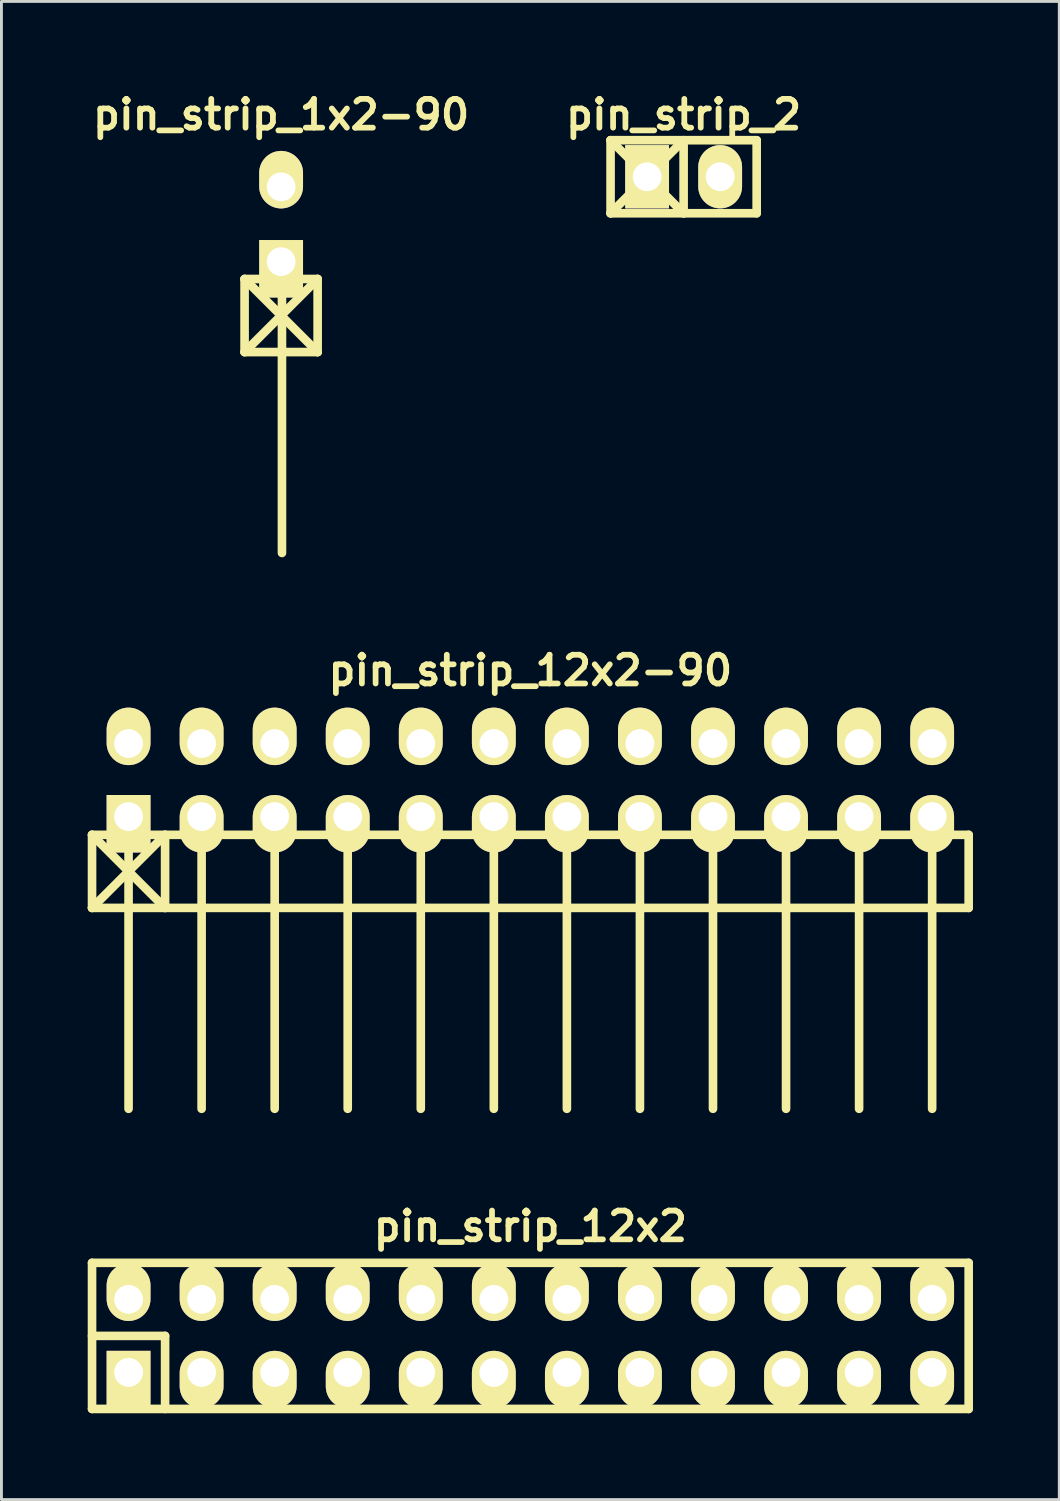
<source format=kicad_pcb>
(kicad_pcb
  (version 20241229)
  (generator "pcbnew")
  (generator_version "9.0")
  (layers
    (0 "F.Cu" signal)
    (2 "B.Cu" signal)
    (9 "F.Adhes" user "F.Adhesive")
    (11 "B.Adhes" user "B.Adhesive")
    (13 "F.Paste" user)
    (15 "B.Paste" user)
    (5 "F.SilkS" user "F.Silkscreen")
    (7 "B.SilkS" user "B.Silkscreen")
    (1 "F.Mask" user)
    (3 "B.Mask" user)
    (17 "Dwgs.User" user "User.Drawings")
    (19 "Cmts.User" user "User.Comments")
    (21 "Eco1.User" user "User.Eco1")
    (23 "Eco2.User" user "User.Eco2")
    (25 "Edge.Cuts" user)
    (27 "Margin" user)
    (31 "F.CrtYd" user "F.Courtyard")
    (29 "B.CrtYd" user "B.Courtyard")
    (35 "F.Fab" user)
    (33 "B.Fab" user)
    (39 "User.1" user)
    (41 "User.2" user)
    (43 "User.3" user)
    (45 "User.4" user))
  (footprint "pin_strip_2"
    (layer "F.Cu")
    (at 20.719 3.095)
    (property "Reference" "pin_strip_2" (at 0 -2.159 0) (layer "F.SilkS") (effects (font (size 1 1) (thickness 0.2))))
    (attr through_hole)
    (fp_line (start -2.54 -1.27) (end 0 1.27) (stroke (width 0.3) (type solid)) (layer "F.SilkS"))
    (fp_line (start -2.54 -1.27) (end 2.54 -1.27) (stroke (width 0.3) (type solid)) (layer "F.SilkS"))
    (fp_line (start -2.54 1.27) (end -2.54 -1.27) (stroke (width 0.3) (type solid)) (layer "F.SilkS"))
    (fp_line (start -2.54 1.27) (end 0 -1.27) (stroke (width 0.3) (type solid)) (layer "F.SilkS"))
    (fp_line (start 0 -1.27) (end 0 1.27) (stroke (width 0.3) (type solid)) (layer "F.SilkS"))
    (fp_line (start 2.54 -1.27) (end 2.54 1.27) (stroke (width 0.3) (type solid)) (layer "F.SilkS"))
    (fp_line (start 2.54 1.27) (end -2.54 1.27) (stroke (width 0.3) (type solid)) (layer "F.SilkS"))
    (pad "1" thru_hole rect (at -1.27 0) (size 1.524 2.2) (drill 1.001) (layers "*.Cu" "*.Mask" "F.SilkS"))
    (pad "2" thru_hole oval (at 1.27 0) (size 1.524 2.2) (drill 1.001) (layers "*.Cu" "*.Mask" "F.SilkS")))
  (footprint "pin_strip_1x2-90"
    (layer "F.Cu")
    (at 6.724 4.746)
    (property "Reference" "pin_strip_1x2-90" (at 0 -3.81 0) (layer "F.SilkS") (effects (font (size 1 1) (thickness 0.2))))
    (attr through_hole)
    (fp_line (start -1.27 1.905) (end 1.27 1.905) (stroke (width 0.3) (type solid)) (layer "F.SilkS"))
    (fp_line (start -1.27 1.905) (end 1.27 4.445) (stroke (width 0.3) (type solid)) (layer "F.SilkS"))
    (fp_line (start -1.27 4.445) (end -1.27 1.905) (stroke (width 0.3) (type solid)) (layer "F.SilkS"))
    (fp_line (start -1.27 4.445) (end 1.27 1.905) (stroke (width 0.3) (type solid)) (layer "F.SilkS"))
    (fp_line (start 0.03 1.27) (end 0.03 11.43) (stroke (width 0.3) (type solid)) (layer "F.SilkS"))
    (fp_line (start 1.27 1.905) (end 1.27 4.445) (stroke (width 0.3) (type solid)) (layer "F.SilkS"))
    (fp_line (start 1.27 4.445) (end -1.27 4.445) (stroke (width 0.3) (type solid)) (layer "F.SilkS"))
    (pad "1" thru_hole rect (at 0 1.3) (size 1.524 1.999) (drill 1.001 (offset 0 0.249)) (layers "*.Cu" "*.Mask" "F.SilkS"))
    (pad "2" thru_hole oval (at 0 -1.3) (size 1.524 1.999) (drill 1.001 (offset 0 -0.249)) (layers "*.Cu" "*.Mask" "F.SilkS")))
  (footprint "pin_strip_12x2"
    (layer "F.Cu")
    (at 15.39 43.398)
    (property "Reference" "pin_strip_12x2" (at 0 -3.81 0) (layer "F.SilkS") (effects (font (size 1 1) (thickness 0.2))))
    (attr through_hole)
    (fp_line (start -15.24 -2.54) (end -15.24 2.54) (stroke (width 0.3) (type solid)) (layer "F.SilkS"))
    (fp_line (start -15.24 -2.54) (end 15.24 -2.54) (stroke (width 0.3) (type solid)) (layer "F.SilkS"))
    (fp_line (start -15.24 0) (end -12.7 0) (stroke (width 0.3) (type solid)) (layer "F.SilkS"))
    (fp_line (start -12.7 0) (end -12.7 2.54) (stroke (width 0.3) (type solid)) (layer "F.SilkS"))
    (fp_line (start 15.24 2.54) (end -15.24 2.54) (stroke (width 0.3) (type solid)) (layer "F.SilkS"))
    (fp_line (start 15.24 2.54) (end 15.24 -2.54) (stroke (width 0.3) (type solid)) (layer "F.SilkS"))
    (pad "1" thru_hole rect (at -13.97 1.27) (size 1.524 1.999) (drill 1.001 (offset 0 0.249)) (layers "*.Cu" "*.Mask" "F.SilkS"))
    (pad "2" thru_hole oval (at -13.97 -1.27) (size 1.524 1.999) (drill 1.001 (offset 0 -0.249)) (layers "*.Cu" "*.Mask" "F.SilkS"))
    (pad "3" thru_hole oval (at -11.43 1.27) (size 1.524 1.999) (drill 1.001 (offset 0 0.249)) (layers "*.Cu" "*.Mask" "F.SilkS"))
    (pad "4" thru_hole oval (at -11.43 -1.27) (size 1.524 1.999) (drill 1.001 (offset 0 -0.249)) (layers "*.Cu" "*.Mask" "F.SilkS"))
    (pad "5" thru_hole oval (at -8.89 1.27) (size 1.524 1.999) (drill 1.001 (offset 0 0.249)) (layers "*.Cu" "*.Mask" "F.SilkS"))
    (pad "6" thru_hole oval (at -8.89 -1.27) (size 1.524 1.999) (drill 1.001 (offset 0 -0.249)) (layers "*.Cu" "*.Mask" "F.SilkS"))
    (pad "7" thru_hole oval (at -6.35 1.27) (size 1.524 1.999) (drill 1.001 (offset 0 0.249)) (layers "*.Cu" "*.Mask" "F.SilkS"))
    (pad "8" thru_hole oval (at -6.35 -1.27) (size 1.524 1.999) (drill 1.001 (offset 0 -0.249)) (layers "*.Cu" "*.Mask" "F.SilkS"))
    (pad "9" thru_hole oval (at -3.81 1.27) (size 1.524 1.999) (drill 1.001 (offset 0 0.249)) (layers "*.Cu" "*.Mask" "F.SilkS"))
    (pad "10" thru_hole oval (at -3.81 -1.27) (size 1.524 1.999) (drill 1.001 (offset 0 -0.249)) (layers "*.Cu" "*.Mask" "F.SilkS"))
    (pad "11" thru_hole oval (at -1.27 1.27) (size 1.524 1.999) (drill 1.001 (offset 0 0.249)) (layers "*.Cu" "*.Mask" "F.SilkS"))
    (pad "12" thru_hole oval (at -1.27 -1.27) (size 1.524 1.999) (drill 1.001 (offset 0 -0.249)) (layers "*.Cu" "*.Mask" "F.SilkS"))
    (pad "13" thru_hole oval (at 1.27 1.27) (size 1.524 1.999) (drill 1.001 (offset 0 0.249)) (layers "*.Cu" "*.Mask" "F.SilkS"))
    (pad "14" thru_hole oval (at 1.27 -1.27) (size 1.524 1.999) (drill 1.001 (offset 0 -0.249)) (layers "*.Cu" "*.Mask" "F.SilkS"))
    (pad "15" thru_hole oval (at 3.81 1.27) (size 1.524 1.999) (drill 1.001 (offset 0 0.249)) (layers "*.Cu" "*.Mask" "F.SilkS"))
    (pad "16" thru_hole oval (at 3.81 -1.27) (size 1.524 1.999) (drill 1.001 (offset 0 -0.249)) (layers "*.Cu" "*.Mask" "F.SilkS"))
    (pad "17" thru_hole oval (at 6.35 1.27) (size 1.524 1.999) (drill 1.001 (offset 0 0.249)) (layers "*.Cu" "*.Mask" "F.SilkS"))
    (pad "18" thru_hole oval (at 6.35 -1.27) (size 1.524 1.999) (drill 1.001 (offset 0 -0.249)) (layers "*.Cu" "*.Mask" "F.SilkS"))
    (pad "19" thru_hole oval (at 8.89 1.27) (size 1.524 1.999) (drill 1.001 (offset 0 0.249)) (layers "*.Cu" "*.Mask" "F.SilkS"))
    (pad "20" thru_hole oval (at 8.89 -1.27) (size 1.524 1.999) (drill 1.001 (offset 0 -0.249)) (layers "*.Cu" "*.Mask" "F.SilkS"))
    (pad "21" thru_hole oval (at 11.43 1.27) (size 1.524 1.999) (drill 1.001 (offset 0 0.249)) (layers "*.Cu" "*.Mask" "F.SilkS"))
    (pad "22" thru_hole oval (at 11.43 -1.27) (size 1.524 1.999) (drill 1.001 (offset 0 -0.249)) (layers "*.Cu" "*.Mask" "F.SilkS"))
    (pad "23" thru_hole oval (at 13.97 1.27) (size 1.524 1.999) (drill 1.001 (offset 0 0.249)) (layers "*.Cu" "*.Mask" "F.SilkS"))
    (pad "24" thru_hole oval (at 13.97 -1.27) (size 1.524 1.999) (drill 1.001 (offset 0 -0.249)) (layers "*.Cu" "*.Mask" "F.SilkS")))
  (footprint "pin_strip_12x2-90"
    (layer "F.Cu")
    (at 15.39 24.072)
    (property "Reference" "pin_strip_12x2-90" (at 0 -3.81 0) (layer "F.SilkS") (effects (font (size 1 1) (thickness 0.2))))
    (attr through_hole)
    (fp_line (start -15.24 1.905) (end -12.7 4.445) (stroke (width 0.3) (type solid)) (layer "F.SilkS"))
    (fp_line (start -15.24 1.905) (end 15.24 1.905) (stroke (width 0.3) (type solid)) (layer "F.SilkS"))
    (fp_line (start -15.24 4.445) (end -15.24 1.905) (stroke (width 0.3) (type solid)) (layer "F.SilkS"))
    (fp_line (start -13.97 1.27) (end -13.97 11.43) (stroke (width 0.3) (type solid)) (layer "F.SilkS"))
    (fp_line (start -12.7 1.905) (end -15.24 4.445) (stroke (width 0.3) (type solid)) (layer "F.SilkS"))
    (fp_line (start -12.7 4.445) (end -12.7 1.905) (stroke (width 0.3) (type solid)) (layer "F.SilkS"))
    (fp_line (start -11.43 1.27) (end -11.43 11.43) (stroke (width 0.3) (type solid)) (layer "F.SilkS"))
    (fp_line (start -8.89 11.43) (end -8.89 1.27) (stroke (width 0.3) (type solid)) (layer "F.SilkS"))
    (fp_line (start -6.35 1.27) (end -6.35 11.43) (stroke (width 0.3) (type solid)) (layer "F.SilkS"))
    (fp_line (start -3.81 1.27) (end -3.81 11.43) (stroke (width 0.3) (type solid)) (layer "F.SilkS"))
    (fp_line (start -1.27 1.27) (end -1.27 11.43) (stroke (width 0.3) (type solid)) (layer "F.SilkS"))
    (fp_line (start 1.27 1.27) (end 1.27 11.43) (stroke (width 0.3) (type solid)) (layer "F.SilkS"))
    (fp_line (start 3.81 1.27) (end 3.81 11.43) (stroke (width 0.3) (type solid)) (layer "F.SilkS"))
    (fp_line (start 6.35 1.27) (end 6.35 11.43) (stroke (width 0.3) (type solid)) (layer "F.SilkS"))
    (fp_line (start 8.89 1.27) (end 8.89 11.43) (stroke (width 0.3) (type solid)) (layer "F.SilkS"))
    (fp_line (start 11.43 1.27) (end 11.43 11.43) (stroke (width 0.3) (type solid)) (layer "F.SilkS"))
    (fp_line (start 13.97 1.27) (end 13.97 11.43) (stroke (width 0.3) (type solid)) (layer "F.SilkS"))
    (fp_line (start 15.24 1.905) (end 15.24 4.445) (stroke (width 0.3) (type solid)) (layer "F.SilkS"))
    (fp_line (start 15.24 4.445) (end -15.24 4.445) (stroke (width 0.3) (type solid)) (layer "F.SilkS"))
    (pad "1" thru_hole rect (at -13.97 1.27) (size 1.524 1.999) (drill 1.001 (offset 0 0.249)) (layers "*.Cu" "*.Mask" "F.SilkS"))
    (pad "2" thru_hole oval (at -13.97 -1.27) (size 1.524 1.999) (drill 1.001 (offset 0 -0.249)) (layers "*.Cu" "*.Mask" "F.SilkS"))
    (pad "3" thru_hole oval (at -11.43 1.27) (size 1.524 1.999) (drill 1.001 (offset 0 0.249)) (layers "*.Cu" "*.Mask" "F.SilkS"))
    (pad "4" thru_hole oval (at -11.43 -1.27) (size 1.524 1.999) (drill 1.001 (offset 0 -0.249)) (layers "*.Cu" "*.Mask" "F.SilkS"))
    (pad "5" thru_hole oval (at -8.89 1.27) (size 1.524 1.999) (drill 1.001 (offset 0 0.249)) (layers "*.Cu" "*.Mask" "F.SilkS"))
    (pad "6" thru_hole oval (at -8.89 -1.27) (size 1.524 1.999) (drill 1.001 (offset 0 -0.249)) (layers "*.Cu" "*.Mask" "F.SilkS"))
    (pad "7" thru_hole oval (at -6.35 1.27) (size 1.524 1.999) (drill 1.001 (offset 0 0.249)) (layers "*.Cu" "*.Mask" "F.SilkS"))
    (pad "8" thru_hole oval (at -6.35 -1.27) (size 1.524 1.999) (drill 1.001 (offset 0 -0.249)) (layers "*.Cu" "*.Mask" "F.SilkS"))
    (pad "9" thru_hole oval (at -3.81 1.27) (size 1.524 1.999) (drill 1.001 (offset 0 0.249)) (layers "*.Cu" "*.Mask" "F.SilkS"))
    (pad "10" thru_hole oval (at -3.81 -1.27) (size 1.524 1.999) (drill 1.001 (offset 0 -0.249)) (layers "*.Cu" "*.Mask" "F.SilkS"))
    (pad "11" thru_hole oval (at -1.27 1.27) (size 1.524 1.999) (drill 1.001 (offset 0 0.249)) (layers "*.Cu" "*.Mask" "F.SilkS"))
    (pad "12" thru_hole oval (at -1.27 -1.27) (size 1.524 1.999) (drill 1.001 (offset 0 -0.249)) (layers "*.Cu" "*.Mask" "F.SilkS"))
    (pad "13" thru_hole oval (at 1.27 1.27) (size 1.524 1.999) (drill 1.001 (offset 0 0.249)) (layers "*.Cu" "*.Mask" "F.SilkS"))
    (pad "14" thru_hole oval (at 1.27 -1.27) (size 1.524 1.999) (drill 1.001 (offset 0 -0.249)) (layers "*.Cu" "*.Mask" "F.SilkS"))
    (pad "15" thru_hole oval (at 3.81 1.27) (size 1.524 1.999) (drill 1.001 (offset 0 0.249)) (layers "*.Cu" "*.Mask" "F.SilkS"))
    (pad "16" thru_hole oval (at 3.81 -1.27) (size 1.524 1.999) (drill 1.001 (offset 0 -0.249)) (layers "*.Cu" "*.Mask" "F.SilkS"))
    (pad "17" thru_hole oval (at 6.35 1.27) (size 1.524 1.999) (drill 1.001 (offset 0 0.249)) (layers "*.Cu" "*.Mask" "F.SilkS"))
    (pad "18" thru_hole oval (at 6.35 -1.27) (size 1.524 1.999) (drill 1.001 (offset 0 -0.249)) (layers "*.Cu" "*.Mask" "F.SilkS"))
    (pad "19" thru_hole oval (at 8.89 1.27) (size 1.524 1.999) (drill 1.001 (offset 0 0.249)) (layers "*.Cu" "*.Mask" "F.SilkS"))
    (pad "20" thru_hole oval (at 8.89 -1.27) (size 1.524 1.999) (drill 1.001 (offset 0 -0.249)) (layers "*.Cu" "*.Mask" "F.SilkS"))
    (pad "21" thru_hole oval (at 11.43 1.27) (size 1.524 1.999) (drill 1.001 (offset 0 0.249)) (layers "*.Cu" "*.Mask" "F.SilkS"))
    (pad "22" thru_hole oval (at 11.43 -1.27) (size 1.524 1.999) (drill 1.001 (offset 0 -0.249)) (layers "*.Cu" "*.Mask" "F.SilkS"))
    (pad "23" thru_hole oval (at 13.97 1.27) (size 1.524 1.999) (drill 1.001 (offset 0 0.249)) (layers "*.Cu" "*.Mask" "F.SilkS"))
    (pad "24" thru_hole oval (at 13.97 -1.27) (size 1.524 1.999) (drill 1.001 (offset 0 -0.249)) (layers "*.Cu" "*.Mask" "F.SilkS")))
  (gr_rect
    (start -3 -3)
    (end 33.78 49.088)
    (stroke (width 0.1) (type default))
    (fill no)
    (layer "Edge.Cuts")))
</source>
